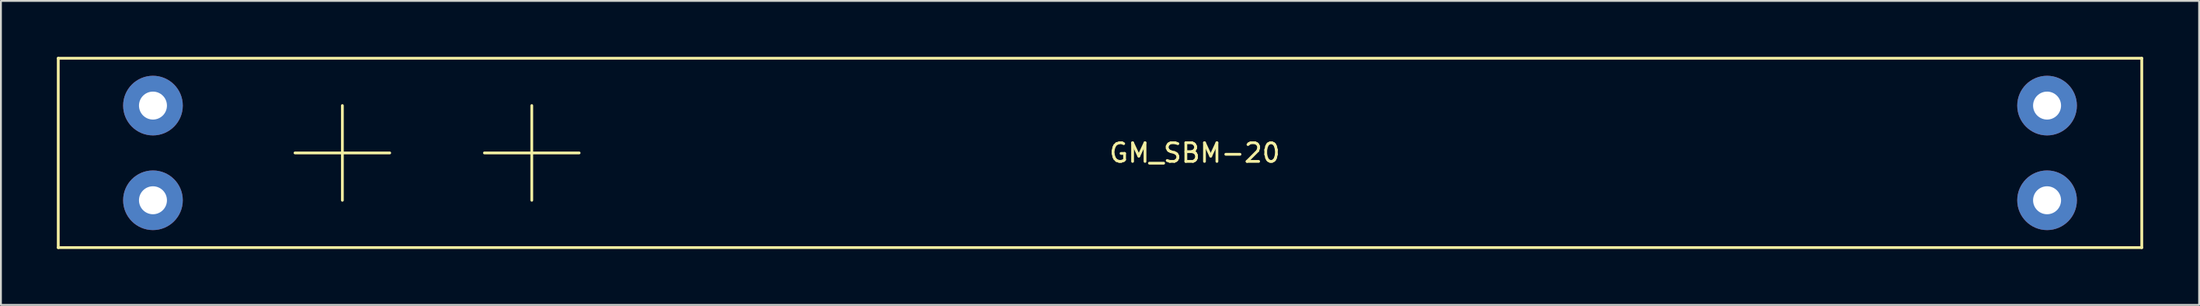
<source format=kicad_pcb>
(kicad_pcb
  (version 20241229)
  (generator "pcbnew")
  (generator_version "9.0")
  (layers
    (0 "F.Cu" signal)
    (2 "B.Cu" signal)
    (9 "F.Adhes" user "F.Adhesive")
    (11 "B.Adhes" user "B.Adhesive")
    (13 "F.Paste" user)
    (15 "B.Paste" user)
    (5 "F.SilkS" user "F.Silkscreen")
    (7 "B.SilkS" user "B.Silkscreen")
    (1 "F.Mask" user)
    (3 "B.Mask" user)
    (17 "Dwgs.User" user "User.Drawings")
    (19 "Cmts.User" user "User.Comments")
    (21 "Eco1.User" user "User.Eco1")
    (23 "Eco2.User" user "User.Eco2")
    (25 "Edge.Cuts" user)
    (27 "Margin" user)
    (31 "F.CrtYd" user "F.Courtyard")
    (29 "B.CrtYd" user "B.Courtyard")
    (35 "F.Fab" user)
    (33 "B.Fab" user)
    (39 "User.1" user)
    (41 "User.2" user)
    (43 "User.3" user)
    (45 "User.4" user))
  (footprint "GM_SBM-20"
    (layer "F.Cu")
    (at 55.955 5.155)
    (property "Reference" "GM_SBM-20" (at 5.08 0 0) (layer "F.SilkS") (effects (font (size 1 1) (thickness 0.15))))
    (attr through_hole)
    (fp_line (start -55.88 -5.08) (end 55.88 -5.08) (stroke (width 0.15) (type solid)) (layer "F.SilkS"))
    (fp_line (start -55.88 5.08) (end -55.88 -5.08) (stroke (width 0.15) (type solid)) (layer "F.SilkS"))
    (fp_line (start -43.18 0) (end -38.1 0) (stroke (width 0.15) (type solid)) (layer "F.SilkS"))
    (fp_line (start -40.64 -2.54) (end -40.64 2.54) (stroke (width 0.15) (type solid)) (layer "F.SilkS"))
    (fp_line (start -30.48 -2.54) (end -30.48 2.54) (stroke (width 0.15) (type solid)) (layer "F.SilkS"))
    (fp_line (start -27.94 0) (end -33.02 0) (stroke (width 0.15) (type solid)) (layer "F.SilkS"))
    (fp_line (start 55.88 -5.08) (end 55.88 5.08) (stroke (width 0.15) (type solid)) (layer "F.SilkS"))
    (fp_line (start 55.88 5.08) (end -55.88 5.08) (stroke (width 0.15) (type solid)) (layer "F.SilkS"))
    (pad "A" thru_hole circle (at -50.8 -2.54) (size 3.2 3.2) (drill 1.5) (layers "*.Cu" "*.Mask"))
    (pad "A" thru_hole circle (at -50.8 2.54) (size 3.2 3.2) (drill 1.5) (layers "*.Cu" "*.Mask"))
    (pad "K" thru_hole circle (at 50.8 -2.54) (size 3.2 3.2) (drill 1.5) (layers "*.Cu" "*.Mask"))
    (pad "K" thru_hole circle (at 50.8 2.54) (size 3.2 3.2) (drill 1.5) (layers "*.Cu" "*.Mask")))
  (gr_rect
    (start -3 -3)
    (end 114.91 13.31)
    (stroke (width 0.1) (type default))
    (fill no)
    (layer "Edge.Cuts")))
</source>
